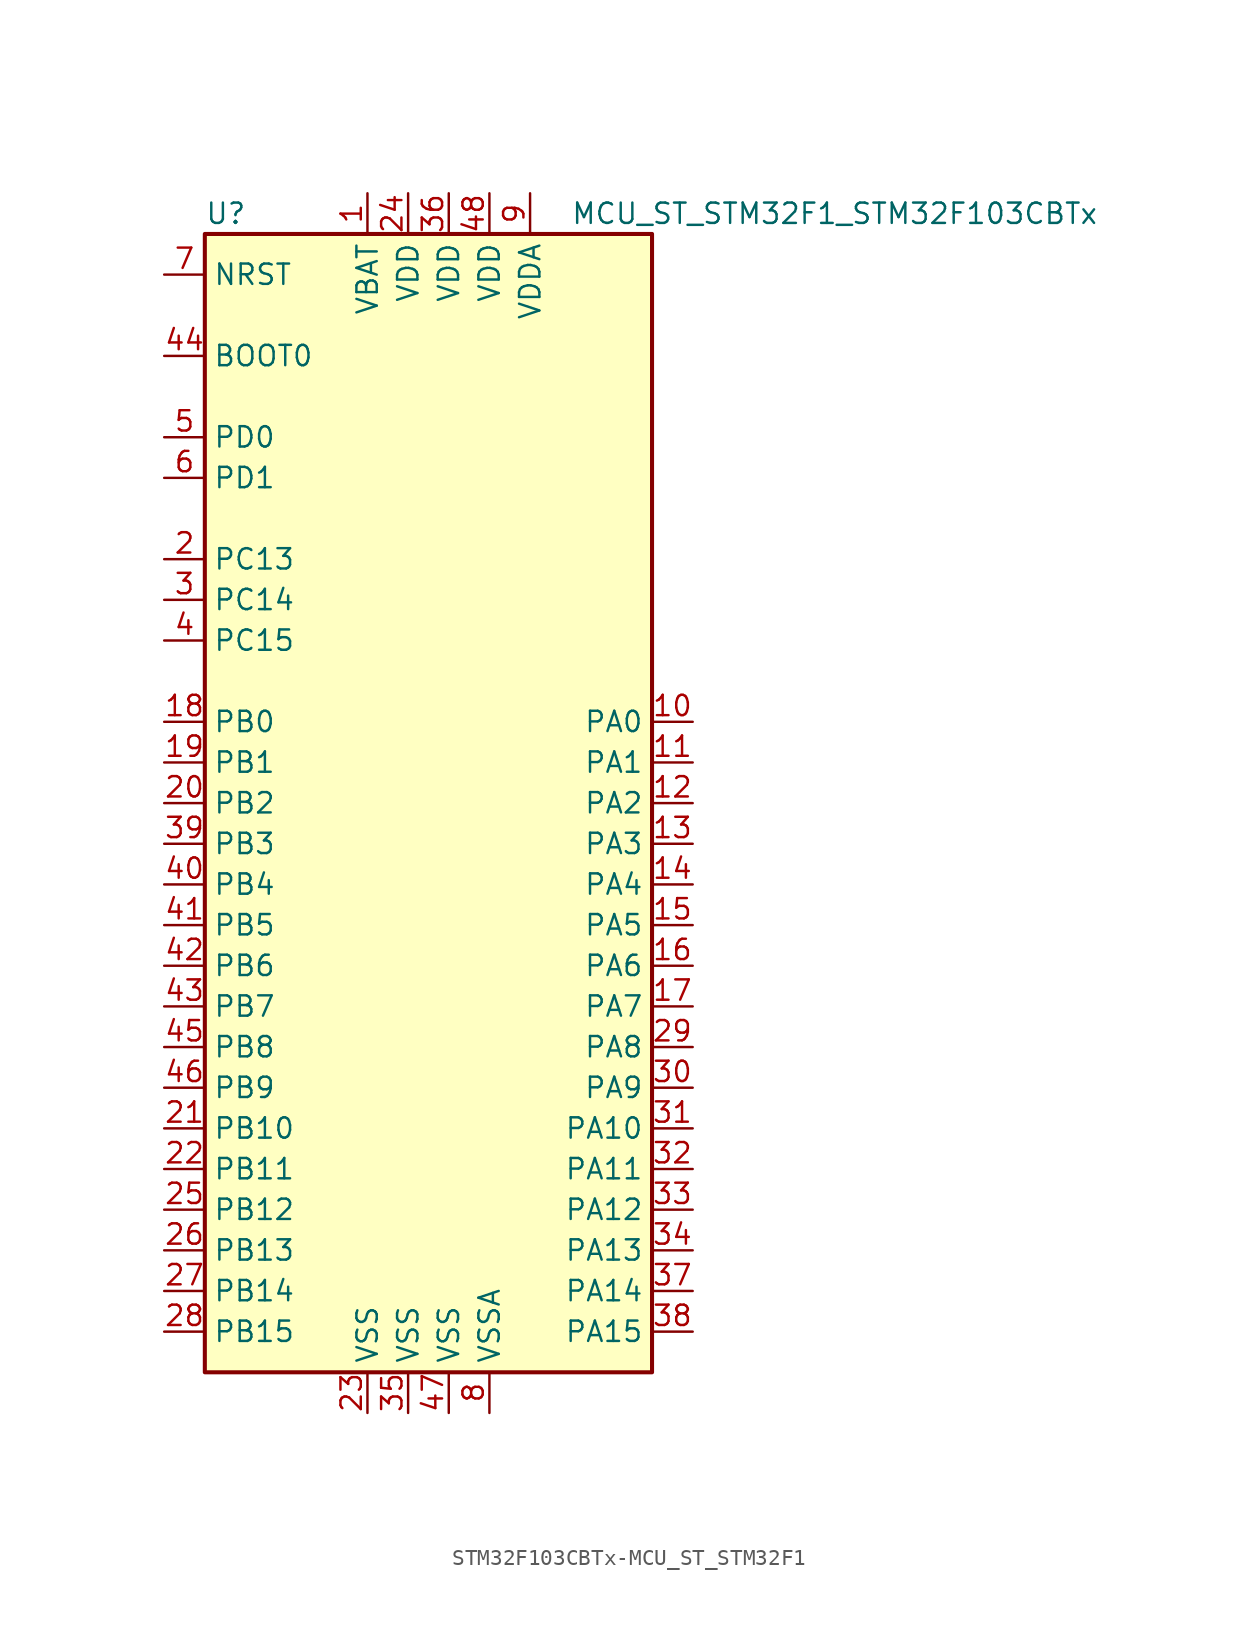
<source format=kicad_sym>
(kicad_symbol_lib
  (version 20231120)
  (generator "kicad_symbol_editor")
  (generator_version "8.0")
  (symbol "STM32F103CBTx-MCU_ST_STM32F1"
    (property "Reference" "U"
      (at -15.24 36.83 0)
      (effects (font (size 1.27 1.27)) (justify left)))
    (property "Value" "MCU_ST_STM32F1_STM32F103CBTx"
      (at 7.62 36.83 0)
      (effects (font (size 1.27 1.27)) (justify left)))
    (symbol "STM32F103CBTx-MCU_ST_STM32F1_0_1"
      (rectangle (start -15.24 -35.56) (end 12.7 35.56) (stroke (width 0.254) (type solid)) (fill (type background))))
    (symbol "STM32F103CBTx-MCU_ST_STM32F1_1_1"
      (pin power_in line (at -5.08 38.1 270) (length 2.54) (name "VBAT" (effects (font (size 1.27 1.27)))) (number "1" (effects (font (size 1.27 1.27)))))
      (pin bidirectional line (at 15.24 5.08 180) (length 2.54) (name "PA0" (effects (font (size 1.27 1.27)))) (number "10" (effects (font (size 1.27 1.27)))))
      (pin bidirectional line (at 15.24 2.54 180) (length 2.54) (name "PA1" (effects (font (size 1.27 1.27)))) (number "11" (effects (font (size 1.27 1.27)))))
      (pin bidirectional line (at 15.24 0 180) (length 2.54) (name "PA2" (effects (font (size 1.27 1.27)))) (number "12" (effects (font (size 1.27 1.27)))))
      (pin bidirectional line (at 15.24 -2.54 180) (length 2.54) (name "PA3" (effects (font (size 1.27 1.27)))) (number "13" (effects (font (size 1.27 1.27)))))
      (pin bidirectional line (at 15.24 -5.08 180) (length 2.54) (name "PA4" (effects (font (size 1.27 1.27)))) (number "14" (effects (font (size 1.27 1.27)))))
      (pin bidirectional line (at 15.24 -7.62 180) (length 2.54) (name "PA5" (effects (font (size 1.27 1.27)))) (number "15" (effects (font (size 1.27 1.27)))))
      (pin bidirectional line (at 15.24 -10.16 180) (length 2.54) (name "PA6" (effects (font (size 1.27 1.27)))) (number "16" (effects (font (size 1.27 1.27)))))
      (pin bidirectional line (at 15.24 -12.7 180) (length 2.54) (name "PA7" (effects (font (size 1.27 1.27)))) (number "17" (effects (font (size 1.27 1.27)))))
      (pin bidirectional line (at -17.78 5.08 0) (length 2.54) (name "PB0" (effects (font (size 1.27 1.27)))) (number "18" (effects (font (size 1.27 1.27)))))
      (pin bidirectional line (at -17.78 2.54 0) (length 2.54) (name "PB1" (effects (font (size 1.27 1.27)))) (number "19" (effects (font (size 1.27 1.27)))))
      (pin bidirectional line (at -17.78 15.24 0) (length 2.54) (name "PC13" (effects (font (size 1.27 1.27)))) (number "2" (effects (font (size 1.27 1.27)))))
      (pin bidirectional line (at -17.78 0 0) (length 2.54) (name "PB2" (effects (font (size 1.27 1.27)))) (number "20" (effects (font (size 1.27 1.27)))))
      (pin bidirectional line (at -17.78 -20.32 0) (length 2.54) (name "PB10" (effects (font (size 1.27 1.27)))) (number "21" (effects (font (size 1.27 1.27)))))
      (pin bidirectional line (at -17.78 -22.86 0) (length 2.54) (name "PB11" (effects (font (size 1.27 1.27)))) (number "22" (effects (font (size 1.27 1.27)))))
      (pin power_in line (at -5.08 -38.1 90) (length 2.54) (name "VSS" (effects (font (size 1.27 1.27)))) (number "23" (effects (font (size 1.27 1.27)))))
      (pin power_in line (at -2.54 38.1 270) (length 2.54) (name "VDD" (effects (font (size 1.27 1.27)))) (number "24" (effects (font (size 1.27 1.27)))))
      (pin bidirectional line (at -17.78 -25.4 0) (length 2.54) (name "PB12" (effects (font (size 1.27 1.27)))) (number "25" (effects (font (size 1.27 1.27)))))
      (pin bidirectional line (at -17.78 -27.94 0) (length 2.54) (name "PB13" (effects (font (size 1.27 1.27)))) (number "26" (effects (font (size 1.27 1.27)))))
      (pin bidirectional line (at -17.78 -30.48 0) (length 2.54) (name "PB14" (effects (font (size 1.27 1.27)))) (number "27" (effects (font (size 1.27 1.27)))))
      (pin bidirectional line (at -17.78 -33.02 0) (length 2.54) (name "PB15" (effects (font (size 1.27 1.27)))) (number "28" (effects (font (size 1.27 1.27)))))
      (pin bidirectional line (at 15.24 -15.24 180) (length 2.54) (name "PA8" (effects (font (size 1.27 1.27)))) (number "29" (effects (font (size 1.27 1.27)))))
      (pin bidirectional line (at -17.78 12.7 0) (length 2.54) (name "PC14" (effects (font (size 1.27 1.27)))) (number "3" (effects (font (size 1.27 1.27)))))
      (pin bidirectional line (at 15.24 -17.78 180) (length 2.54) (name "PA9" (effects (font (size 1.27 1.27)))) (number "30" (effects (font (size 1.27 1.27)))))
      (pin bidirectional line (at 15.24 -20.32 180) (length 2.54) (name "PA10" (effects (font (size 1.27 1.27)))) (number "31" (effects (font (size 1.27 1.27)))))
      (pin bidirectional line (at 15.24 -22.86 180) (length 2.54) (name "PA11" (effects (font (size 1.27 1.27)))) (number "32" (effects (font (size 1.27 1.27)))))
      (pin bidirectional line (at 15.24 -25.4 180) (length 2.54) (name "PA12" (effects (font (size 1.27 1.27)))) (number "33" (effects (font (size 1.27 1.27)))))
      (pin bidirectional line (at 15.24 -27.94 180) (length 2.54) (name "PA13" (effects (font (size 1.27 1.27)))) (number "34" (effects (font (size 1.27 1.27)))))
      (pin power_in line (at -2.54 -38.1 90) (length 2.54) (name "VSS" (effects (font (size 1.27 1.27)))) (number "35" (effects (font (size 1.27 1.27)))))
      (pin power_in line (at 0 38.1 270) (length 2.54) (name "VDD" (effects (font (size 1.27 1.27)))) (number "36" (effects (font (size 1.27 1.27)))))
      (pin bidirectional line (at 15.24 -30.48 180) (length 2.54) (name "PA14" (effects (font (size 1.27 1.27)))) (number "37" (effects (font (size 1.27 1.27)))))
      (pin bidirectional line (at 15.24 -33.02 180) (length 2.54) (name "PA15" (effects (font (size 1.27 1.27)))) (number "38" (effects (font (size 1.27 1.27)))))
      (pin bidirectional line (at -17.78 -2.54 0) (length 2.54) (name "PB3" (effects (font (size 1.27 1.27)))) (number "39" (effects (font (size 1.27 1.27)))))
      (pin bidirectional line (at -17.78 10.16 0) (length 2.54) (name "PC15" (effects (font (size 1.27 1.27)))) (number "4" (effects (font (size 1.27 1.27)))))
      (pin bidirectional line (at -17.78 -5.08 0) (length 2.54) (name "PB4" (effects (font (size 1.27 1.27)))) (number "40" (effects (font (size 1.27 1.27)))))
      (pin bidirectional line (at -17.78 -7.62 0) (length 2.54) (name "PB5" (effects (font (size 1.27 1.27)))) (number "41" (effects (font (size 1.27 1.27)))))
      (pin bidirectional line (at -17.78 -10.16 0) (length 2.54) (name "PB6" (effects (font (size 1.27 1.27)))) (number "42" (effects (font (size 1.27 1.27)))))
      (pin bidirectional line (at -17.78 -12.7 0) (length 2.54) (name "PB7" (effects (font (size 1.27 1.27)))) (number "43" (effects (font (size 1.27 1.27)))))
      (pin input line (at -17.78 27.94 0) (length 2.54) (name "BOOT0" (effects (font (size 1.27 1.27)))) (number "44" (effects (font (size 1.27 1.27)))))
      (pin bidirectional line (at -17.78 -15.24 0) (length 2.54) (name "PB8" (effects (font (size 1.27 1.27)))) (number "45" (effects (font (size 1.27 1.27)))))
      (pin bidirectional line (at -17.78 -17.78 0) (length 2.54) (name "PB9" (effects (font (size 1.27 1.27)))) (number "46" (effects (font (size 1.27 1.27)))))
      (pin power_in line (at 0 -38.1 90) (length 2.54) (name "VSS" (effects (font (size 1.27 1.27)))) (number "47" (effects (font (size 1.27 1.27)))))
      (pin power_in line (at 2.54 38.1 270) (length 2.54) (name "VDD" (effects (font (size 1.27 1.27)))) (number "48" (effects (font (size 1.27 1.27)))))
      (pin input line (at -17.78 22.86 0) (length 2.54) (name "PD0" (effects (font (size 1.27 1.27)))) (number "5" (effects (font (size 1.27 1.27)))))
      (pin input line (at -17.78 20.32 0) (length 2.54) (name "PD1" (effects (font (size 1.27 1.27)))) (number "6" (effects (font (size 1.27 1.27)))))
      (pin input line (at -17.78 33.02 0) (length 2.54) (name "NRST" (effects (font (size 1.27 1.27)))) (number "7" (effects (font (size 1.27 1.27)))))
      (pin power_in line (at 2.54 -38.1 90) (length 2.54) (name "VSSA" (effects (font (size 1.27 1.27)))) (number "8" (effects (font (size 1.27 1.27)))))
      (pin power_in line (at 5.08 38.1 270) (length 2.54) (name "VDDA" (effects (font (size 1.27 1.27)))) (number "9" (effects (font (size 1.27 1.27))))))))
</source>
